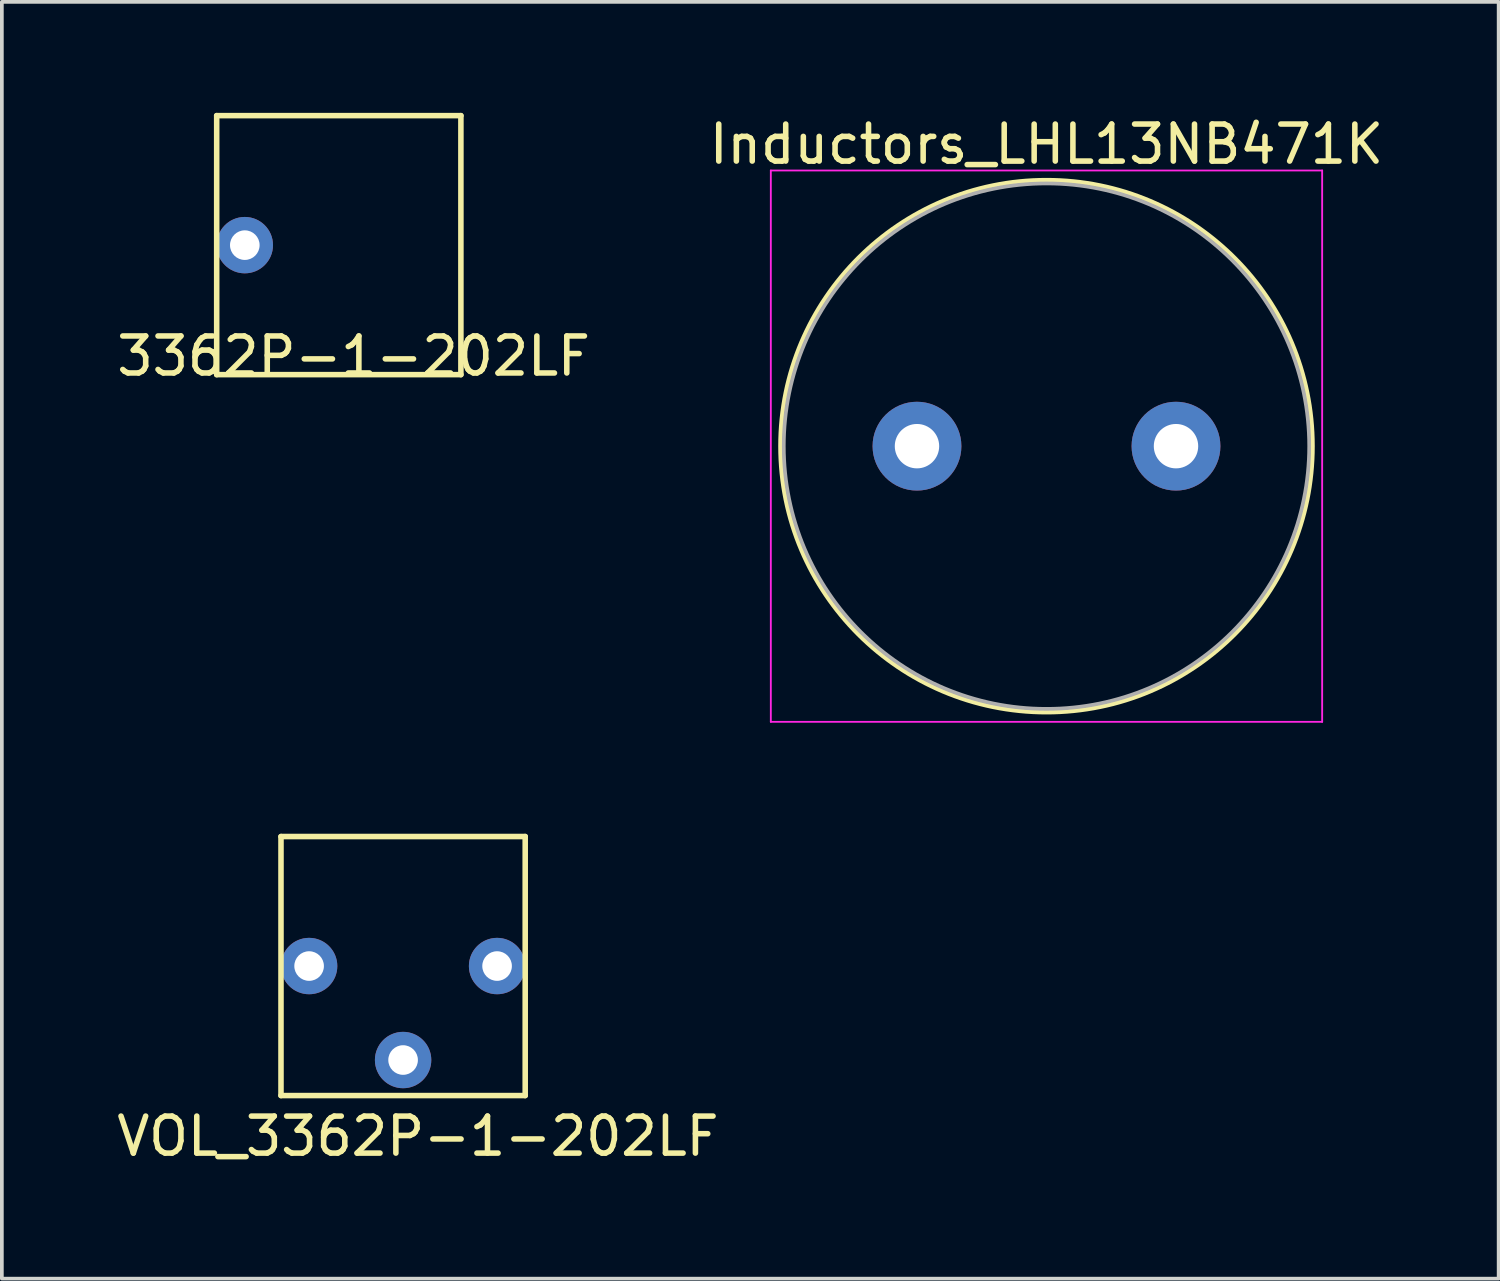
<source format=kicad_pcb>
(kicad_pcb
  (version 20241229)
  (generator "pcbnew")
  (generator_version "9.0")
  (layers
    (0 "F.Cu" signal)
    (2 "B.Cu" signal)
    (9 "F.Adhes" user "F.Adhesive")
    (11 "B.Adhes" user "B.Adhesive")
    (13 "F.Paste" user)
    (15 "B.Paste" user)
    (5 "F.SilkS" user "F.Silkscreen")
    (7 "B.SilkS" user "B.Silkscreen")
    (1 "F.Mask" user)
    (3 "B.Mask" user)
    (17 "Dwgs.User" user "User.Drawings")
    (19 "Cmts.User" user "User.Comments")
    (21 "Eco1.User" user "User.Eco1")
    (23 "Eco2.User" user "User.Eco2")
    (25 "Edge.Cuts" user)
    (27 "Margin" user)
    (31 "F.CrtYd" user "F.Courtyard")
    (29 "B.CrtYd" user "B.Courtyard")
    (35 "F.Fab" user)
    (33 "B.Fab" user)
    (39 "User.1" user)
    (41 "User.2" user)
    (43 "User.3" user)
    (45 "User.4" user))
  (footprint "3362P-1-202LF"
    (layer "F.Cu")
    (at 6.106 3.575)
    (property "Reference" "3362P-1-202LF" (at 0.4 3 0) (layer "F.SilkS") (effects (font (size 1 1) (thickness 0.15))))
    (attr through_hole)
    (fp_line (start -3.3 -3.5) (end 3.3 -3.5) (stroke (width 0.15) (type solid)) (layer "F.SilkS"))
    (fp_line (start -3.3 3.5) (end -3.3 -3.5) (stroke (width 0.15) (type solid)) (layer "F.SilkS"))
    (fp_line (start 3.3 -3.5) (end 3.3 3.5) (stroke (width 0.15) (type solid)) (layer "F.SilkS"))
    (fp_line (start 3.3 3.5) (end -3.3 3.5) (stroke (width 0.15) (type solid)) (layer "F.SilkS"))
    (pad "1" thru_hole circle (at -2.54 0) (size 1.524 1.524) (drill 0.8) (layers "*.Cu" "*.Mask")))
  (footprint "Inductors_LHL13NB471K"
    (layer "F.Cu")
    (at 25.232 9.008)
    (property "Reference" "Inductors_LHL13NB471K" (at 0 -8.16 0) (layer "F.SilkS") (effects (font (size 1 1) (thickness 0.15))))
    (attr through_hole)
    (fp_circle (center 0 0) (end 7.19 0) (stroke (width 0.12) (type solid)) (fill no) (layer "F.SilkS"))
    (fp_line (start -7.45 -7.45) (end -7.45 7.45) (stroke (width 0.05) (type solid)) (layer "F.CrtYd"))
    (fp_line (start -7.45 7.45) (end 7.45 7.45) (stroke (width 0.05) (type solid)) (layer "F.CrtYd"))
    (fp_line (start 7.45 -7.45) (end -7.45 -7.45) (stroke (width 0.05) (type solid)) (layer "F.CrtYd"))
    (fp_line (start 7.45 7.45) (end 7.45 -7.45) (stroke (width 0.05) (type solid)) (layer "F.CrtYd"))
    (fp_circle (center 0 0) (end 7.1 0) (stroke (width 0.1) (type solid)) (fill no) (layer "F.Fab"))
    (pad "1" thru_hole circle (at -3.5 0) (size 2.4 2.4) (drill 1.2) (layers "*.Cu" "*.Mask"))
    (pad "2" thru_hole circle (at 3.5 0) (size 2.4 2.4) (drill 1.2) (layers "*.Cu" "*.Mask")))
  (footprint "VOL_3362P-1-202LF"
    (layer "F.Cu")
    (at 7.844 23.058)
    (property "Reference" "VOL_3362P-1-202LF" (at 0.4 4.6 0) (layer "F.SilkS") (effects (font (size 1 1) (thickness 0.15))))
    (attr through_hole)
    (fp_line (start -3.3 -3.5) (end 3.3 -3.5) (stroke (width 0.15) (type solid)) (layer "F.SilkS"))
    (fp_line (start -3.3 3.5) (end -3.3 -3.5) (stroke (width 0.15) (type solid)) (layer "F.SilkS"))
    (fp_line (start 3.3 -3.5) (end 3.3 3.5) (stroke (width 0.15) (type solid)) (layer "F.SilkS"))
    (fp_line (start 3.3 3.5) (end -3.3 3.5) (stroke (width 0.15) (type solid)) (layer "F.SilkS"))
    (pad "1" thru_hole circle (at -2.54 0) (size 1.524 1.524) (drill 0.8) (layers "*.Cu" "*.Mask"))
    (pad "2" thru_hole circle (at 0 2.54) (size 1.524 1.524) (drill 0.8) (layers "*.Cu" "*.Mask"))
    (pad "3" thru_hole circle (at 2.54 0) (size 1.524 1.524) (drill 0.8) (layers "*.Cu" "*.Mask")))
  (gr_rect
    (start -3 -3)
    (end 37.452 31.506)
    (stroke (width 0.1) (type default))
    (fill no)
    (layer "Edge.Cuts")))
</source>
